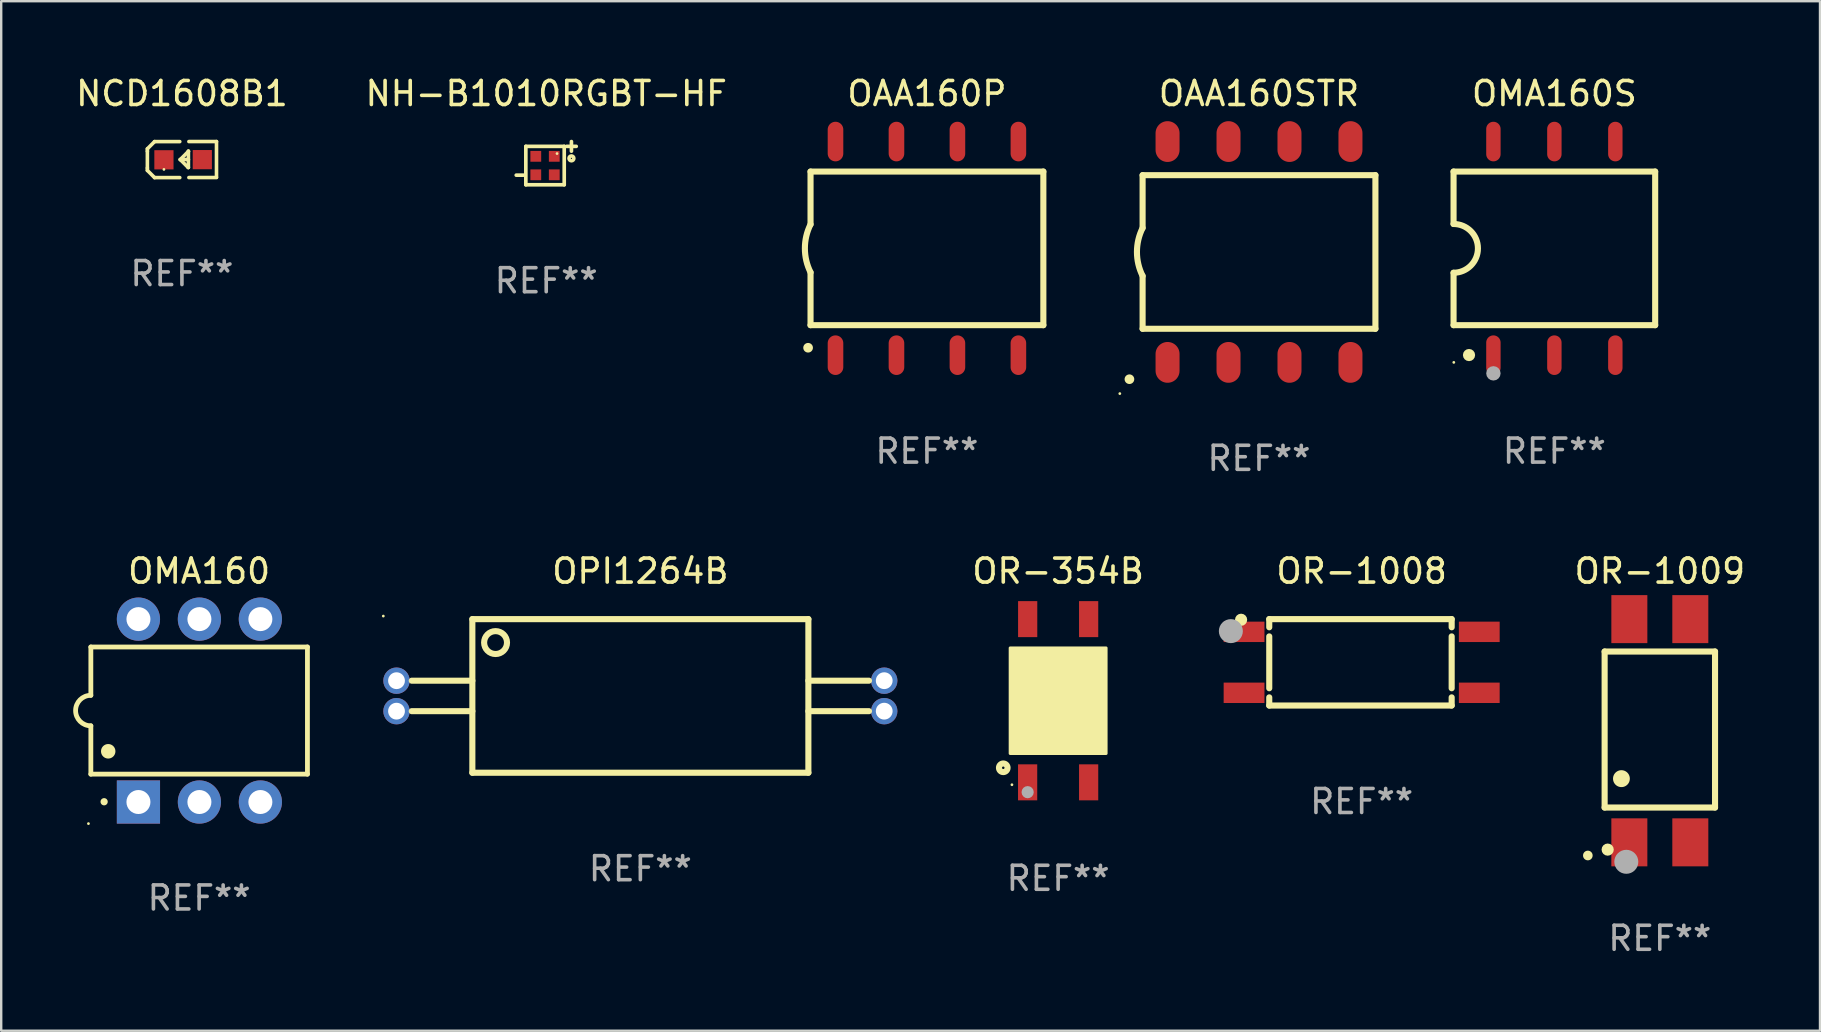
<source format=kicad_pcb>
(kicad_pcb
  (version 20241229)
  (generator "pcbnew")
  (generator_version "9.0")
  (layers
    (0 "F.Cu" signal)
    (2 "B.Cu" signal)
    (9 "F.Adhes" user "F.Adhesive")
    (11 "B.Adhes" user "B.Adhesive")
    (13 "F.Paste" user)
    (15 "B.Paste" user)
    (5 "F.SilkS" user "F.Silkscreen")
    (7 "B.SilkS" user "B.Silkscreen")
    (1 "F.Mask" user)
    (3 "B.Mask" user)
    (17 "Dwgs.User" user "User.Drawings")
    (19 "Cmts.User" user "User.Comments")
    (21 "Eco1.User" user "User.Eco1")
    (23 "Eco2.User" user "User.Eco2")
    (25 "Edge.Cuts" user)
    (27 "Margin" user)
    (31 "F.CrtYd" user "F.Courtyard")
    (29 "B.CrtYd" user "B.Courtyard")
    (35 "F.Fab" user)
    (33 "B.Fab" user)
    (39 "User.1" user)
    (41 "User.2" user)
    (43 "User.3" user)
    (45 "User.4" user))
  (footprint "OAA160P"
    (layer "F.Cu")
    (at 35.57 7.298)
    (property "Reference" "OAA160P" (at 0 -6.45 0) (layer "F.SilkS") (effects (font (size 1 1) (thickness 0.15))))
    (attr through_hole)
    (fp_line (start -4.85 -3.2) (end -4.85 -1) (stroke (width 0.254) (type solid)) (layer "F.SilkS"))
    (fp_line (start -4.85 -3.2) (end 4.85 -3.2) (stroke (width 0.254) (type solid)) (layer "F.SilkS"))
    (fp_line (start -4.85 3.2) (end -4.85 1) (stroke (width 0.254) (type solid)) (layer "F.SilkS"))
    (fp_line (start 4.85 -3.2) (end 4.85 3.2) (stroke (width 0.254) (type solid)) (layer "F.SilkS"))
    (fp_line (start 4.85 3.2) (end -4.85 3.2) (stroke (width 0.254) (type solid)) (layer "F.SilkS"))
    (fp_arc (start -4.95301 4.140208) (mid -4.95174 4.140204) (end -4.95047 4.140208) (stroke (width 0.4) (type solid)) (layer "F.SilkS"))
    (fp_arc (start -4.84887 1.000762) (mid -5.085418 0.000516) (end -4.850013 -1) (stroke (width 0.254001) (type solid)) (layer "F.SilkS"))
    (fp_text user "REF**" (at 0 8.45 0) (layer "F.Fab") (effects (font (size 1 1) (thickness 0.15))))
    (pad "1" smd oval (at -3.81 4.45) (size 0.65 1.65) (layers "F.Cu" "F.Mask" "F.Paste"))
    (pad "2" smd oval (at -1.27 4.45) (size 0.65 1.65) (layers "F.Cu" "F.Mask" "F.Paste"))
    (pad "3" smd oval (at 1.27 4.45) (size 0.65 1.65) (layers "F.Cu" "F.Mask" "F.Paste"))
    (pad "4" smd oval (at 3.81 4.45) (size 0.65 1.65) (layers "F.Cu" "F.Mask" "F.Paste"))
    (pad "5" smd oval (at 3.81 -4.45 180) (size 0.65 1.65) (layers "F.Cu" "F.Mask" "F.Paste"))
    (pad "6" smd oval (at 1.27 -4.45 180) (size 0.65 1.65) (layers "F.Cu" "F.Mask" "F.Paste"))
    (pad "7" smd oval (at -1.27 -4.45 180) (size 0.65 1.65) (layers "F.Cu" "F.Mask" "F.Paste"))
    (pad "8" smd oval (at -3.81 -4.45 180) (size 0.65 1.65) (layers "F.Cu" "F.Mask" "F.Paste")))
  (footprint "NH-B1010RGBT-HF"
    (layer "F.Cu")
    (at 19.708 3.748)
    (property "Reference" "NH-B1010RGBT-HF" (at 0 -2.9 0) (layer "F.SilkS") (effects (font (size 1 1) (thickness 0.15))))
    (attr through_hole)
    (fp_line (start -1.25 0.5) (end -0.95 0.5) (stroke (width 0.152) (type solid)) (layer "F.SilkS"))
    (fp_line (start -0.85 -0.7) (end 0.75 -0.7) (stroke (width 0.152) (type solid)) (layer "F.SilkS"))
    (fp_line (start -0.85 0.9) (end -0.85 -0.7) (stroke (width 0.152) (type solid)) (layer "F.SilkS"))
    (fp_line (start 0.75 -0.7) (end 0.75 0.9) (stroke (width 0.152) (type solid)) (layer "F.SilkS"))
    (fp_line (start 0.75 0.9) (end -0.85 0.9) (stroke (width 0.152) (type solid)) (layer "F.SilkS"))
    (fp_line (start 0.85 -0.7) (end 1.25 -0.7) (stroke (width 0.152) (type solid)) (layer "F.SilkS"))
    (fp_line (start 1.05 -0.9) (end 1.05 -0.5) (stroke (width 0.152) (type solid)) (layer "F.SilkS"))
    (fp_circle (center 0.45 -0.4) (end 0.48 -0.4) (stroke (width 0.06) (type solid)) (fill no) (layer "F.SilkS"))
    (fp_circle (center 1.05 -0.2) (end 1.15 -0.2) (stroke (width 0.152) (type solid)) (fill no) (layer "F.SilkS"))
    (fp_text user "REF**" (at 0 4.9 0) (layer "F.Fab") (effects (font (size 1 1) (thickness 0.15))))
    (pad "1" smd rect (at 0.335 -0.285) (size 0.45 0.45) (layers "F.Cu" "F.Mask" "F.Paste"))
    (pad "2" smd rect (at 0.335 0.485) (size 0.45 0.45) (layers "F.Cu" "F.Mask" "F.Paste"))
    (pad "3" smd rect (at -0.435 0.485) (size 0.45 0.45) (layers "F.Cu" "F.Mask" "F.Paste"))
    (pad "4" smd rect (at -0.435 -0.285) (size 0.45 0.45) (layers "F.Cu" "F.Mask" "F.Paste")))
  (footprint "OR-354B"
    (layer "F.Cu")
    (at 41.036 26.145)
    (property "Reference" "OR-354B" (at 0 -5.4 0) (layer "F.SilkS") (effects (font (size 1 1) (thickness 0.15))))
    (attr through_hole)
    (fp_circle (center -2.286 2.794) (end -2.107 2.794) (stroke (width 0.254) (type solid)) (fill no) (layer "F.SilkS"))
    (fp_circle (center -1.925 3.5) (end -1.895 3.5) (stroke (width 0.06) (type solid)) (fill no) (layer "F.SilkS"))
    (fp_circle (center -1.017 1.27) (end -0.636 1.27) (stroke (width 0.254) (type solid)) (fill no) (layer "F.SilkS"))
    (fp_poly (pts (xy -2 -2.2) (xy 2 -2.2) (xy 2 2.2) (xy -2 2.2)) (stroke (width 0.12) (type solid)) (fill yes) (layer "F.SilkS"))
    (fp_circle (center -1.27 3.81) (end -1.143 3.81) (stroke (width 0.254) (type solid)) (fill no) (layer "F.Fab"))
    (fp_text user "REF**" (at 0 7.4 0) (layer "F.Fab") (effects (font (size 1 1) (thickness 0.15))))
    (pad "1" smd rect (at -1.271 3.4 90) (size 1.5 0.8) (layers "F.Cu" "F.Mask" "F.Paste"))
    (pad "2" smd rect (at 1.271 3.4 90) (size 1.5 0.8) (layers "F.Cu" "F.Mask" "F.Paste"))
    (pad "3" smd rect (at 1.271 -3.4 90) (size 1.5 0.8) (layers "F.Cu" "F.Mask" "F.Paste"))
    (pad "4" smd rect (at -1.269 -3.4 90) (size 1.5 0.8) (layers "F.Cu" "F.Mask" "F.Paste")))
  (footprint "OPI1264B"
    (layer "F.Cu")
    (at 23.63 25.945)
    (property "Reference" "OPI1264B" (at 0 -5.2 0) (layer "F.SilkS") (effects (font (size 1 1) (thickness 0.15))))
    (attr through_hole)
    (fp_line (start -9.525 -0.635) (end -7 -0.635) (stroke (width 0.254) (type solid)) (layer "F.SilkS"))
    (fp_line (start -9.525 0.635) (end -7 0.635) (stroke (width 0.254) (type solid)) (layer "F.SilkS"))
    (fp_line (start -7 -3.2) (end -7 3.2) (stroke (width 0.254) (type solid)) (layer "F.SilkS"))
    (fp_line (start -7 -3.2) (end 7 -3.2) (stroke (width 0.254) (type solid)) (layer "F.SilkS"))
    (fp_line (start 7 -0.635) (end 9.525 -0.635) (stroke (width 0.254) (type solid)) (layer "F.SilkS"))
    (fp_line (start 7 0.635) (end 9.525 0.635) (stroke (width 0.254) (type solid)) (layer "F.SilkS"))
    (fp_line (start 7 3.2) (end -7 3.2) (stroke (width 0.254) (type solid)) (layer "F.SilkS"))
    (fp_line (start 7 3.2) (end 7 -3.2) (stroke (width 0.254) (type solid)) (layer "F.SilkS"))
    (fp_circle (center -10.71 -3.327) (end -10.68 -3.327) (stroke (width 0.06) (type solid)) (fill no) (layer "F.SilkS"))
    (fp_circle (center -6.033 -2.223) (end -5.556 -2.223) (stroke (width 0.254) (type solid)) (fill no) (layer "F.SilkS"))
    (fp_text user "REF**" (at 0 7.2 0) (layer "F.Fab") (effects (font (size 1 1) (thickness 0.15))))
    (pad "1" thru_hole circle (at -10.16 -0.635) (size 1.1 1.1) (drill 0.7) (layers "*.Cu" "*.Mask"))
    (pad "2" thru_hole circle (at -10.16 0.635) (size 1.1 1.1) (drill 0.7) (layers "*.Cu" "*.Mask"))
    (pad "3" thru_hole circle (at 10.16 0.635) (size 1.1 1.1) (drill 0.7) (layers "*.Cu" "*.Mask"))
    (pad "4" thru_hole circle (at 10.16 -0.635) (size 1.1 1.1) (drill 0.7) (layers "*.Cu" "*.Mask")))
  (footprint "OMA160"
    (layer "F.Cu")
    (at 5.247 26.555)
    (property "Reference" "OMA160" (at 0 -5.81 0) (layer "F.SilkS") (effects (font (size 1 1) (thickness 0.15))))
    (attr through_hole)
    (fp_line (start -4.512 -2.649) (end 4.512 -2.649) (stroke (width 0.2) (type solid)) (layer "F.SilkS"))
    (fp_line (start -4.512 -0.635) (end -4.512 -2.649) (stroke (width 0.2) (type solid)) (layer "F.SilkS"))
    (fp_line (start -4.512 2.649) (end -4.512 0.635) (stroke (width 0.2) (type solid)) (layer "F.SilkS"))
    (fp_line (start 4.512 -2.649) (end 4.512 2.649) (stroke (width 0.2) (type solid)) (layer "F.SilkS"))
    (fp_line (start 4.512 2.649) (end -4.512 2.649) (stroke (width 0.2) (type solid)) (layer "F.SilkS"))
    (fp_arc (start -4.512319 0.635001) (mid -5.14732 0) (end -4.512319 -0.635001) (stroke (width 0.2) (type solid)) (layer "F.SilkS"))
    (fp_arc (start -3.958598 3.799848) (mid -3.958603 3.798578) (end -3.958598 3.797308) (stroke (width 0.3) (type solid)) (layer "F.SilkS"))
    (fp_arc (start -3.788418 1.699263) (mid -3.788429 1.696723) (end -3.788418 1.694183) (stroke (width 0.6) (type solid)) (layer "F.SilkS"))
    (fp_circle (center -4.612 4.71) (end -4.582 4.71) (stroke (width 0.06) (type solid)) (fill no) (layer "F.SilkS"))
    (fp_text user "REF**" (at 0 7.81 0) (layer "F.Fab") (effects (font (size 1 1) (thickness 0.15))))
    (pad "1" thru_hole rect (at -2.529 3.81 90) (size 1.8 1.8) (drill 1) (layers "*.Cu" "*.Mask"))
    (pad "2" thru_hole circle (at 0.011 3.81) (size 1.8 1.8) (drill 1) (layers "*.Cu" "*.Mask"))
    (pad "3" thru_hole circle (at 2.551 3.81) (size 1.8 1.8) (drill 1) (layers "*.Cu" "*.Mask"))
    (pad "4" thru_hole circle (at 2.551 -3.81) (size 1.8 1.8) (drill 1) (layers "*.Cu" "*.Mask"))
    (pad "5" thru_hole circle (at 0.011 -3.81) (size 1.8 1.8) (drill 1) (layers "*.Cu" "*.Mask"))
    (pad "6" thru_hole circle (at -2.529 -3.81) (size 1.8 1.8) (drill 1) (layers "*.Cu" "*.Mask")))
  (footprint "OR-1008"
    (layer "F.Cu")
    (at 53.682 24.545)
    (property "Reference" "OR-1008" (at 0 -3.8 0) (layer "F.SilkS") (effects (font (size 1 1) (thickness 0.15))))
    (attr through_hole)
    (fp_line (start -3.85 -1.8) (end 3.75 -1.8) (stroke (width 0.254) (type solid)) (layer "F.SilkS"))
    (fp_line (start -3.85 -1.46) (end -3.85 -1.8) (stroke (width 0.254) (type solid)) (layer "F.SilkS"))
    (fp_line (start -3.85 1.08) (end -3.85 -1.08) (stroke (width 0.254) (type solid)) (layer "F.SilkS"))
    (fp_line (start -3.85 1.8) (end -3.85 1.46) (stroke (width 0.254) (type solid)) (layer "F.SilkS"))
    (fp_line (start 3.75 -1.8) (end 3.75 -1.46) (stroke (width 0.254) (type solid)) (layer "F.SilkS"))
    (fp_line (start 3.75 -1.08) (end 3.75 1.08) (stroke (width 0.254) (type solid)) (layer "F.SilkS"))
    (fp_line (start 3.75 1.46) (end 3.75 1.8) (stroke (width 0.254) (type solid)) (layer "F.SilkS"))
    (fp_line (start 3.75 1.8) (end -3.85 1.8) (stroke (width 0.254) (type solid)) (layer "F.SilkS"))
    (fp_circle (center -5.023 -1.773) (end -4.896 -1.773) (stroke (width 0.254) (type solid)) (fill no) (layer "F.SilkS"))
    (fp_circle (center -5.45 -1.3) (end -5.2 -1.3) (stroke (width 0.5) (type solid)) (fill no) (layer "F.Fab"))
    (fp_text user "REF**" (at 0 5.8 0) (layer "F.Fab") (effects (font (size 1 1) (thickness 0.15))))
    (pad "1" smd rect (at -4.9 -1.27) (size 1.7 0.85) (layers "F.Cu" "F.Mask" "F.Paste"))
    (pad "2" smd rect (at -4.9 1.27) (size 1.7 0.85) (layers "F.Cu" "F.Mask" "F.Paste"))
    (pad "3" smd rect (at 4.9 1.27) (size 1.7 0.85) (layers "F.Cu" "F.Mask" "F.Paste"))
    (pad "4" smd rect (at 4.9 -1.27) (size 1.7 0.85) (layers "F.Cu" "F.Mask" "F.Paste")))
  (footprint "OR-1009"
    (layer "F.Cu")
    (at 66.105 27.395)
    (property "Reference" "OR-1009" (at 0 -6.65 0) (layer "F.SilkS") (effects (font (size 1 1) (thickness 0.15))))
    (attr through_hole)
    (fp_line (start -2.3 -3.3) (end -2.3 3.2) (stroke (width 0.254) (type solid)) (layer "F.SilkS"))
    (fp_line (start -2.3 -3.3) (end 2.3 -3.3) (stroke (width 0.254) (type solid)) (layer "F.SilkS"))
    (fp_line (start -2.3 3.2) (end 2.3 3.2) (stroke (width 0.254) (type solid)) (layer "F.SilkS"))
    (fp_line (start 2.3 -3.3) (end 2.3 3.2) (stroke (width 0.254) (type solid)) (layer "F.SilkS"))
    (fp_arc (start -2.999746 5.19939) (mid -2.99975 5.19812) (end -2.999746 5.19685) (stroke (width 0.4) (type solid)) (layer "F.SilkS"))
    (fp_arc (start -1.600203 1.998984) (mid -1.600212 1.996444) (end -1.600203 1.993904) (stroke (width 0.700003) (type solid)) (layer "F.SilkS"))
    (fp_circle (center -2.173 4.953) (end -2.046 4.953) (stroke (width 0.254) (type solid)) (fill no) (layer "F.SilkS"))
    (fp_circle (center -1.397 5.461) (end -1.147 5.461) (stroke (width 0.5) (type solid)) (fill no) (layer "F.Fab"))
    (fp_text user "REF**" (at 0 8.65 0) (layer "F.Fab") (effects (font (size 1 1) (thickness 0.15))))
    (pad "1" smd rect (at -1.27 4.65 180) (size 1.5 2) (layers "F.Cu" "F.Mask" "F.Paste"))
    (pad "2" smd rect (at 1.27 4.65 180) (size 1.5 2) (layers "F.Cu" "F.Mask" "F.Paste"))
    (pad "3" smd rect (at 1.27 -4.65 180) (size 1.5 2) (layers "F.Cu" "F.Mask" "F.Paste"))
    (pad "4" smd rect (at -1.27 -4.65 180) (size 1.5 2) (layers "F.Cu" "F.Mask" "F.Paste")))
  (footprint "NCD1608B1"
    (layer "F.Cu")
    (at 4.53 3.599)
    (property "Reference" "NCD1608B1" (at 0 -2.751 0) (layer "F.SilkS") (effects (font (size 1 1) (thickness 0.15))))
    (attr through_hole)
    (fp_line (start -1.44 -0.449) (end -1.14 -0.749) (stroke (width 0.15) (type solid)) (layer "F.SilkS"))
    (fp_line (start -1.44 -0.349) (end -1.44 -0.449) (stroke (width 0.15) (type solid)) (layer "F.SilkS"))
    (fp_line (start -1.44 -0.349) (end -1.44 0.351) (stroke (width 0.15) (type solid)) (layer "F.SilkS"))
    (fp_line (start -1.44 0.351) (end -1.44 0.451) (stroke (width 0.15) (type solid)) (layer "F.SilkS"))
    (fp_line (start -1.44 0.451) (end -1.14 0.751) (stroke (width 0.15) (type solid)) (layer "F.SilkS"))
    (fp_line (start -0.09 -0.749) (end -1.14 -0.749) (stroke (width 0.15) (type solid)) (layer "F.SilkS"))
    (fp_line (start -0.09 0.751) (end -1.14 0.751) (stroke (width 0.15) (type solid)) (layer "F.SilkS"))
    (fp_line (start 0.26 0.329) (end -0.07 -0.001) (stroke (width 0.15) (type solid)) (layer "F.SilkS"))
    (fp_line (start 0.27 -0.351) (end 0.27 -0.341) (stroke (width 0.15) (type solid)) (layer "F.SilkS"))
    (fp_line (start 0.27 -0.351) (end 0.27 0.329) (stroke (width 0.15) (type solid)) (layer "F.SilkS"))
    (fp_line (start 0.27 -0.341) (end -0.07 -0.001) (stroke (width 0.15) (type solid)) (layer "F.SilkS"))
    (fp_line (start 0.27 -0.001) (end -0.07 -0.001) (stroke (width 0.15) (type solid)) (layer "F.SilkS"))
    (fp_line (start 0.27 0.329) (end 0.26 0.329) (stroke (width 0.15) (type solid)) (layer "F.SilkS"))
    (fp_line (start 0.29 -0.751) (end 1.44 -0.751) (stroke (width 0.15) (type solid)) (layer "F.SilkS"))
    (fp_line (start 0.29 0.749) (end 1.44 0.749) (stroke (width 0.15) (type solid)) (layer "F.SilkS"))
    (fp_line (start 1.44 -0.751) (end 1.44 0.729) (stroke (width 0.15) (type solid)) (layer "F.SilkS"))
    (fp_circle (center -0.75 0.409) (end -0.72 0.409) (stroke (width 0.06) (type solid)) (fill no) (layer "F.SilkS"))
    (fp_text user "REF**" (at 0 4.751 0) (layer "F.Fab") (effects (font (size 1 1) (thickness 0.15))))
    (pad "1" smd rect (at -0.75 0.009 90) (size 0.8 0.8) (layers "F.Cu" "F.Mask" "F.Paste"))
    (pad "2" smd rect (at 0.849 0.002 90) (size 0.8 0.8) (layers "F.Cu" "F.Mask" "F.Paste")))
  (footprint "OMA160S"
    (layer "F.Cu")
    (at 61.711 7.298)
    (property "Reference" "OMA160S" (at 0 -6.45 0) (layer "F.SilkS") (effects (font (size 1 1) (thickness 0.15))))
    (attr through_hole)
    (fp_line (start -4.2 -3.2) (end -4.2 -1.016) (stroke (width 0.254) (type solid)) (layer "F.SilkS"))
    (fp_line (start -4.2 -3.2) (end 4.2 -3.2) (stroke (width 0.254) (type solid)) (layer "F.SilkS"))
    (fp_line (start -4.2 3.2) (end -4.2 1.016) (stroke (width 0.254) (type solid)) (layer "F.SilkS"))
    (fp_line (start 4.2 -3.2) (end 4.2 3.2) (stroke (width 0.254) (type solid)) (layer "F.SilkS"))
    (fp_line (start 4.2 3.2) (end -4.2 3.2) (stroke (width 0.254) (type solid)) (layer "F.SilkS"))
    (fp_arc (start -4.201169 -1.016003) (mid -3.185166 -0.000585) (end -4.2 1.016002) (stroke (width 0.254001) (type solid)) (layer "F.SilkS"))
    (fp_circle (center -4.19 4.75) (end -4.16 4.75) (stroke (width 0.06) (type solid)) (fill no) (layer "F.SilkS"))
    (fp_circle (center -3.556 4.445) (end -3.429 4.445) (stroke (width 0.254) (type solid)) (fill no) (layer "F.SilkS"))
    (fp_circle (center -2.54 5.207) (end -2.39 5.207) (stroke (width 0.3) (type solid)) (fill no) (layer "F.Fab"))
    (fp_text user "REF**" (at 0 8.45 0) (layer "F.Fab") (effects (font (size 1 1) (thickness 0.15))))
    (pad "1" smd oval (at -2.54 4.45 90) (size 1.65 0.6) (layers "F.Cu" "F.Mask" "F.Paste"))
    (pad "2" smd oval (at 0 4.45 90) (size 1.65 0.6) (layers "F.Cu" "F.Mask" "F.Paste"))
    (pad "3" smd oval (at 2.54 4.45 90) (size 1.65 0.6) (layers "F.Cu" "F.Mask" "F.Paste"))
    (pad "4" smd oval (at 2.54 -4.45 90) (size 1.65 0.6) (layers "F.Cu" "F.Mask" "F.Paste"))
    (pad "5" smd oval (at 0 -4.45 90) (size 1.65 0.6) (layers "F.Cu" "F.Mask" "F.Paste"))
    (pad "6" smd oval (at -2.54 -4.45 90) (size 1.65 0.6) (layers "F.Cu" "F.Mask" "F.Paste")))
  (footprint "OAA160STR"
    (layer "F.Cu")
    (at 49.405 7.448)
    (property "Reference" "OAA160STR" (at 0 -6.6 0) (layer "F.SilkS") (effects (font (size 1 1) (thickness 0.15))))
    (attr through_hole)
    (fp_line (start -4.85 -3.2) (end -4.85 -1) (stroke (width 0.254) (type solid)) (layer "F.SilkS"))
    (fp_line (start -4.85 -3.2) (end 4.85 -3.2) (stroke (width 0.254) (type solid)) (layer "F.SilkS"))
    (fp_line (start -4.85 3.2) (end -4.85 1) (stroke (width 0.254) (type solid)) (layer "F.SilkS"))
    (fp_line (start 4.85 -3.2) (end 4.85 3.2) (stroke (width 0.254) (type solid)) (layer "F.SilkS"))
    (fp_line (start 4.85 3.2) (end -4.85 3.2) (stroke (width 0.254) (type solid)) (layer "F.SilkS"))
    (fp_arc (start -5.400051 5.300991) (mid -5.398781 5.300987) (end -5.397511 5.300991) (stroke (width 0.4) (type solid)) (layer "F.SilkS"))
    (fp_arc (start -4.84887 1.000762) (mid -5.085418 0.000516) (end -4.850013 -1) (stroke (width 0.254001) (type solid)) (layer "F.SilkS"))
    (fp_circle (center -5.799 5.901) (end -5.769 5.901) (stroke (width 0.06) (type solid)) (fill no) (layer "F.SilkS"))
    (fp_text user "REF**" (at 0 8.6 0) (layer "F.Fab") (effects (font (size 1 1) (thickness 0.15))))
    (pad "1" smd oval (at -3.81 4.6) (size 1 1.7) (layers "F.Cu" "F.Mask" "F.Paste"))
    (pad "2" smd oval (at -1.27 4.6) (size 1 1.7) (layers "F.Cu" "F.Mask" "F.Paste"))
    (pad "3" smd oval (at 1.27 4.6) (size 1 1.7) (layers "F.Cu" "F.Mask" "F.Paste"))
    (pad "4" smd oval (at 3.81 4.6) (size 1 1.7) (layers "F.Cu" "F.Mask" "F.Paste"))
    (pad "5" smd oval (at 3.81 -4.6 180) (size 1 1.7) (layers "F.Cu" "F.Mask" "F.Paste"))
    (pad "6" smd oval (at 1.27 -4.6 180) (size 1 1.7) (layers "F.Cu" "F.Mask" "F.Paste"))
    (pad "7" smd oval (at -1.27 -4.6 180) (size 1 1.7) (layers "F.Cu" "F.Mask" "F.Paste"))
    (pad "8" smd oval (at -3.81 -4.6 180) (size 1 1.7) (layers "F.Cu" "F.Mask" "F.Paste")))
  (gr_rect
    (start -3 -3)
    (end 72.778 39.893)
    (stroke (width 0.1) (type default))
    (fill no)
    (layer "Edge.Cuts")))
</source>
